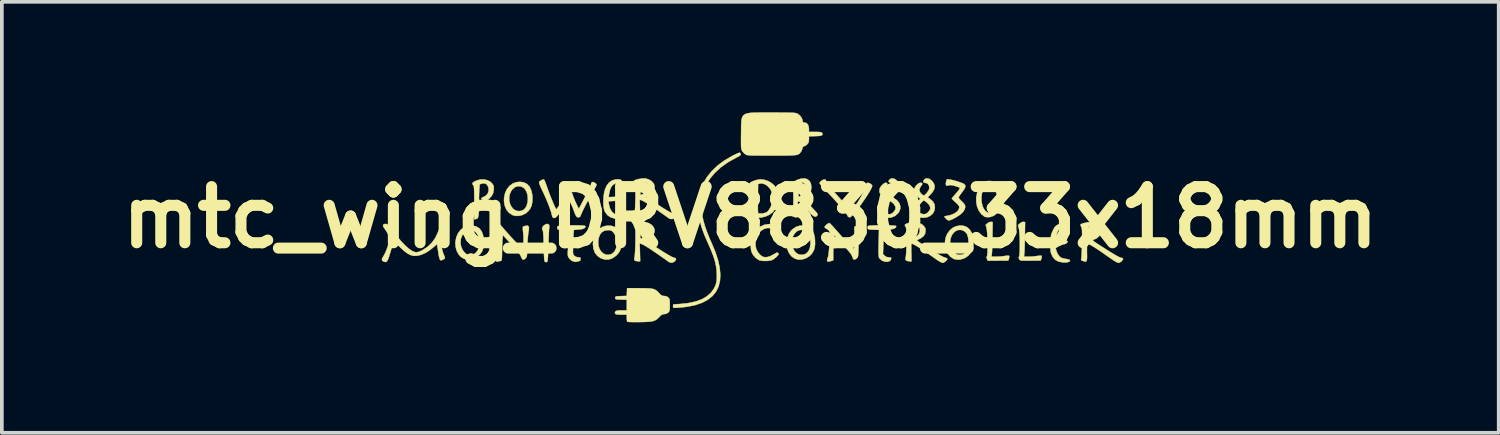
<source format=kicad_pcb>
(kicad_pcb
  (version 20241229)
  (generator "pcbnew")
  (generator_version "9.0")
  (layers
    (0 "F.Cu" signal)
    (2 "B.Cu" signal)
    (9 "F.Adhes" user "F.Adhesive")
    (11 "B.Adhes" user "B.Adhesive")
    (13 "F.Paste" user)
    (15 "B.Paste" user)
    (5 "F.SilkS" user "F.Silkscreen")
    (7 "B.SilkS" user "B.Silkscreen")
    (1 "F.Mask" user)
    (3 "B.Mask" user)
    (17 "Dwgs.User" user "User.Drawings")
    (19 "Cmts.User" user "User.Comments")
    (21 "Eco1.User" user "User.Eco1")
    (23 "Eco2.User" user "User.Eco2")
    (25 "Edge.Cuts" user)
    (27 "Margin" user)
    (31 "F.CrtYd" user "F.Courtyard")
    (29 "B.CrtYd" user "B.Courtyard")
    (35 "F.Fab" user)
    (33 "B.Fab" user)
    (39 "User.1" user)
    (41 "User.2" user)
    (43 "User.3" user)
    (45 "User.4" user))
  (footprint "mtc_wing_DRV8830_33x18mm"
    (layer "F.Cu")
    (at 17.316 2.85)
    (property "Reference" "mtc_wing_DRV8830_33x18mm" (at 0 0 0) (layer "F.SilkS") (effects (font (size 1.524 1.524) (thickness 0.3))))
    (attr through_hole)
    (fp_poly (pts (xy -5.485 0.187) (xy -5.463 0.203) (xy -5.455 0.228) (xy -5.457 0.273) (xy -5.458 0.285) (xy -5.462 0.325) (xy -5.466 0.392) (xy -5.47 0.481) (xy -5.474 0.587) (xy -5.478 0.702) (xy -5.48 0.77) (xy -5.483 0.886) (xy -5.488 0.99) (xy -5.493 1.078) (xy -5.499 1.146) (xy -5.504 1.187) (xy -5.508 1.198) (xy -5.54 1.218) (xy -5.572 1.207) (xy -5.585 1.19) (xy -5.59 1.165) (xy -5.595 1.111) (xy -5.6 1.034) (xy -5.604 0.939) (xy -5.607 0.83) (xy -5.608 0.768) (xy -5.611 0.63) (xy -5.615 0.523) (xy -5.62 0.444) (xy -5.625 0.39) (xy -5.632 0.359) (xy -5.637 0.349) (xy -5.652 0.307) (xy -5.639 0.261) (xy -5.6 0.217) (xy -5.58 0.204) (xy -5.537 0.181) (xy -5.507 0.178) (xy -5.485 0.187)) (stroke (width 0.01) (type solid)) (fill yes) (layer "F.SilkS"))
    (fp_poly (pts (xy 6.579 0.127) (xy 6.574 0.5) (xy 6.572 0.615) (xy 6.569 0.726) (xy 6.566 0.824) (xy 6.563 0.905) (xy 6.56 0.959) (xy 6.559 0.969) (xy 6.55 1.067) (xy 6.673 1.067) (xy 6.755 1.064) (xy 6.844 1.056) (xy 6.905 1.048) (xy 6.964 1.04) (xy 7.008 1.039) (xy 7.027 1.044) (xy 7.031 1.068) (xy 7.024 1.109) (xy 7.022 1.116) (xy 7.002 1.173) (xy 6.725 1.175) (xy 6.448 1.177) (xy 6.426 1.134) (xy 6.413 1.093) (xy 6.423 1.058) (xy 6.423 1.058) (xy 6.431 1.027) (xy 6.437 0.969) (xy 6.44 0.889) (xy 6.442 0.796) (xy 6.441 0.694) (xy 6.439 0.59) (xy 6.434 0.492) (xy 6.428 0.404) (xy 6.421 0.334) (xy 6.413 0.292) (xy 6.389 0.202) (xy 6.439 0.159) (xy 6.494 0.127) (xy 6.534 0.122) (xy 6.579 0.127)) (stroke (width 0.01) (type solid)) (fill yes) (layer "F.SilkS"))
    (fp_poly (pts (xy 7.459 0.127) (xy 7.454 0.491) (xy 7.452 0.606) (xy 7.45 0.717) (xy 7.447 0.817) (xy 7.444 0.898) (xy 7.44 0.953) (xy 7.44 0.961) (xy 7.43 1.067) (xy 7.553 1.067) (xy 7.636 1.064) (xy 7.724 1.056) (xy 7.785 1.048) (xy 7.844 1.04) (xy 7.889 1.039) (xy 7.908 1.044) (xy 7.912 1.068) (xy 7.904 1.109) (xy 7.902 1.116) (xy 7.882 1.173) (xy 7.605 1.175) (xy 7.502 1.175) (xy 7.428 1.175) (xy 7.377 1.173) (xy 7.344 1.169) (xy 7.324 1.161) (xy 7.311 1.151) (xy 7.301 1.137) (xy 7.285 1.101) (xy 7.293 1.07) (xy 7.295 1.065) (xy 7.304 1.035) (xy 7.31 0.976) (xy 7.314 0.897) (xy 7.316 0.804) (xy 7.316 0.702) (xy 7.314 0.599) (xy 7.311 0.501) (xy 7.305 0.413) (xy 7.298 0.344) (xy 7.29 0.304) (xy 7.266 0.212) (xy 7.317 0.164) (xy 7.371 0.128) (xy 7.414 0.122) (xy 7.459 0.127)) (stroke (width 0.01) (type solid)) (fill yes) (layer "F.SilkS"))
    (fp_poly (pts (xy -6.149 -0.951) (xy -6.063 -0.907) (xy -5.995 -0.837) (xy -5.947 -0.741) (xy -5.919 -0.62) (xy -5.913 -0.556) (xy -5.915 -0.429) (xy -5.934 -0.324) (xy -5.975 -0.235) (xy -6.013 -0.181) (xy -6.088 -0.113) (xy -6.18 -0.065) (xy -6.279 -0.04) (xy -6.378 -0.04) (xy -6.46 -0.064) (xy -6.551 -0.125) (xy -6.62 -0.209) (xy -6.665 -0.314) (xy -6.685 -0.435) (xy -6.684 -0.516) (xy -6.679 -0.545) (xy -6.545 -0.545) (xy -6.542 -0.452) (xy -6.518 -0.357) (xy -6.501 -0.32) (xy -6.446 -0.239) (xy -6.377 -0.189) (xy -6.297 -0.17) (xy -6.288 -0.169) (xy -6.228 -0.176) (xy -6.173 -0.193) (xy -6.162 -0.199) (xy -6.107 -0.25) (xy -6.068 -0.323) (xy -6.045 -0.411) (xy -6.038 -0.507) (xy -6.047 -0.602) (xy -6.072 -0.69) (xy -6.114 -0.763) (xy -6.167 -0.812) (xy -6.244 -0.843) (xy -6.318 -0.845) (xy -6.386 -0.82) (xy -6.445 -0.774) (xy -6.493 -0.71) (xy -6.527 -0.632) (xy -6.545 -0.545) (xy -6.679 -0.545) (xy -6.66 -0.646) (xy -6.612 -0.758) (xy -6.543 -0.848) (xy -6.454 -0.915) (xy -6.349 -0.955) (xy -6.252 -0.965) (xy -6.149 -0.951)) (stroke (width 0.01) (type solid)) (fill yes) (layer "F.SilkS"))
    (fp_poly (pts (xy 6.535 -0.986) (xy 6.56 -0.981) (xy 6.651 -0.941) (xy 6.726 -0.874) (xy 6.784 -0.781) (xy 6.822 -0.668) (xy 6.837 -0.557) (xy 6.833 -0.424) (xy 6.807 -0.303) (xy 6.76 -0.197) (xy 6.695 -0.111) (xy 6.615 -0.047) (xy 6.523 -0.011) (xy 6.477 -0.005) (xy 6.421 -0.005) (xy 6.373 -0.013) (xy 6.358 -0.019) (xy 6.27 -0.089) (xy 6.203 -0.181) (xy 6.157 -0.29) (xy 6.133 -0.412) (xy 6.133 -0.536) (xy 6.274 -0.536) (xy 6.278 -0.423) (xy 6.302 -0.316) (xy 6.321 -0.265) (xy 6.369 -0.187) (xy 6.424 -0.141) (xy 6.486 -0.128) (xy 6.556 -0.148) (xy 6.583 -0.163) (xy 6.63 -0.21) (xy 6.666 -0.283) (xy 6.691 -0.373) (xy 6.702 -0.472) (xy 6.697 -0.572) (xy 6.682 -0.65) (xy 6.645 -0.742) (xy 6.596 -0.811) (xy 6.541 -0.855) (xy 6.481 -0.872) (xy 6.421 -0.86) (xy 6.366 -0.817) (xy 6.318 -0.741) (xy 6.287 -0.645) (xy 6.274 -0.536) (xy 6.133 -0.536) (xy 6.133 -0.539) (xy 6.158 -0.669) (xy 6.208 -0.794) (xy 6.212 -0.802) (xy 6.276 -0.894) (xy 6.352 -0.956) (xy 6.439 -0.987) (xy 6.535 -0.986)) (stroke (width 0.01) (type solid)) (fill yes) (layer "F.SilkS"))
    (fp_poly (pts (xy -3.777 0.228) (xy -3.682 0.258) (xy -3.606 0.317) (xy -3.549 0.401) (xy -3.512 0.51) (xy -3.498 0.643) (xy -3.497 0.66) (xy -3.503 0.778) (xy -3.524 0.872) (xy -3.562 0.95) (xy -3.621 1.02) (xy -3.64 1.038) (xy -3.738 1.108) (xy -3.837 1.144) (xy -3.939 1.147) (xy -4.043 1.116) (xy -4.059 1.109) (xy -4.151 1.046) (xy -4.217 0.961) (xy -4.257 0.854) (xy -4.272 0.728) (xy -4.266 0.655) (xy -4.128 0.655) (xy -4.123 0.759) (xy -4.096 0.849) (xy -4.051 0.924) (xy -3.991 0.979) (xy -3.921 1.011) (xy -3.844 1.017) (xy -3.765 0.993) (xy -3.746 0.982) (xy -3.687 0.927) (xy -3.647 0.848) (xy -3.626 0.748) (xy -3.624 0.703) (xy -3.631 0.592) (xy -3.655 0.504) (xy -3.698 0.431) (xy -3.717 0.409) (xy -3.754 0.372) (xy -3.788 0.354) (xy -3.832 0.348) (xy -3.864 0.347) (xy -3.956 0.361) (xy -4.029 0.403) (xy -4.083 0.472) (xy -4.117 0.568) (xy -4.128 0.655) (xy -4.266 0.655) (xy -4.261 0.592) (xy -4.225 0.473) (xy -4.166 0.374) (xy -4.086 0.298) (xy -3.987 0.247) (xy -3.889 0.225) (xy -3.777 0.228)) (stroke (width 0.01) (type solid)) (fill yes) (layer "F.SilkS"))
    (fp_poly (pts (xy -3.535 -1.028) (xy -3.5 -1.01) (xy -3.488 -0.978) (xy -3.488 -0.974) (xy -3.491 -0.952) (xy -3.506 -0.94) (xy -3.541 -0.932) (xy -3.59 -0.928) (xy -3.668 -0.914) (xy -3.728 -0.882) (xy -3.773 -0.828) (xy -3.807 -0.749) (xy -3.831 -0.64) (xy -3.835 -0.618) (xy -3.845 -0.55) (xy -3.69 -0.556) (xy -3.601 -0.557) (xy -3.542 -0.551) (xy -3.513 -0.539) (xy -3.511 -0.518) (xy -3.533 -0.489) (xy -3.56 -0.47) (xy -3.598 -0.457) (xy -3.657 -0.449) (xy -3.708 -0.445) (xy -3.848 -0.435) (xy -3.836 -0.349) (xy -3.808 -0.242) (xy -3.757 -0.155) (xy -3.686 -0.093) (xy -3.597 -0.058) (xy -3.527 -0.051) (xy -3.481 -0.048) (xy -3.459 -0.038) (xy -3.454 -0.018) (xy -3.46 0.013) (xy -3.467 0.022) (xy -3.507 0.034) (xy -3.567 0.039) (xy -3.633 0.039) (xy -3.676 0.034) (xy -3.787 0.001) (xy -3.874 -0.057) (xy -3.938 -0.139) (xy -3.965 -0.199) (xy -3.98 -0.268) (xy -3.988 -0.36) (xy -3.988 -0.464) (xy -3.981 -0.571) (xy -3.967 -0.671) (xy -3.946 -0.752) (xy -3.896 -0.866) (xy -3.83 -0.949) (xy -3.748 -1.004) (xy -3.649 -1.03) (xy -3.598 -1.033) (xy -3.535 -1.028)) (stroke (width 0.01) (type solid)) (fill yes) (layer "F.SilkS"))
    (fp_poly (pts (xy 1.535 0.241) (xy 1.618 0.29) (xy 1.631 0.302) (xy 1.69 0.37) (xy 1.728 0.449) (xy 1.751 0.548) (xy 1.757 0.627) (xy 1.758 0.743) (xy 1.745 0.836) (xy 1.716 0.914) (xy 1.671 0.986) (xy 1.595 1.061) (xy 1.504 1.114) (xy 1.405 1.144) (xy 1.305 1.147) (xy 1.211 1.121) (xy 1.21 1.12) (xy 1.124 1.063) (xy 1.058 0.983) (xy 1.013 0.887) (xy 0.988 0.78) (xy 0.987 0.722) (xy 1.129 0.722) (xy 1.151 0.82) (xy 1.196 0.908) (xy 1.254 0.972) (xy 1.318 1.006) (xy 1.395 1.017) (xy 1.472 1.004) (xy 1.507 0.988) (xy 1.545 0.955) (xy 1.583 0.908) (xy 1.593 0.891) (xy 1.621 0.815) (xy 1.633 0.721) (xy 1.63 0.621) (xy 1.61 0.526) (xy 1.596 0.487) (xy 1.547 0.412) (xy 1.483 0.362) (xy 1.409 0.34) (xy 1.332 0.347) (xy 1.268 0.377) (xy 1.2 0.443) (xy 1.153 0.527) (xy 1.13 0.622) (xy 1.129 0.722) (xy 0.987 0.722) (xy 0.985 0.669) (xy 1.004 0.558) (xy 1.044 0.453) (xy 1.107 0.361) (xy 1.151 0.318) (xy 1.242 0.258) (xy 1.341 0.226) (xy 1.441 0.22) (xy 1.535 0.241)) (stroke (width 0.01) (type solid)) (fill yes) (layer "F.SilkS"))
    (fp_poly (pts (xy 3.716 0.216) (xy 3.803 0.219) (xy 3.877 0.222) (xy 3.93 0.227) (xy 3.957 0.233) (xy 3.959 0.235) (xy 3.955 0.271) (xy 3.92 0.299) (xy 3.854 0.319) (xy 3.777 0.33) (xy 3.71 0.337) (xy 3.67 0.343) (xy 3.649 0.354) (xy 3.639 0.372) (xy 3.634 0.394) (xy 3.63 0.429) (xy 3.625 0.49) (xy 3.62 0.571) (xy 3.615 0.665) (xy 3.612 0.721) (xy 3.602 0.995) (xy 3.646 1.04) (xy 3.692 1.073) (xy 3.75 1.084) (xy 3.758 1.084) (xy 3.804 1.087) (xy 3.824 1.099) (xy 3.827 1.113) (xy 3.811 1.16) (xy 3.771 1.193) (xy 3.712 1.207) (xy 3.649 1.202) (xy 3.567 1.17) (xy 3.509 1.115) (xy 3.5 1.102) (xy 3.492 1.082) (xy 3.486 1.054) (xy 3.482 1.013) (xy 3.48 0.955) (xy 3.48 0.874) (xy 3.482 0.766) (xy 3.484 0.699) (xy 3.493 0.34) (xy 3.343 0.335) (xy 3.271 0.332) (xy 3.226 0.328) (xy 3.201 0.321) (xy 3.19 0.308) (xy 3.186 0.29) (xy 3.188 0.252) (xy 3.197 0.234) (xy 3.219 0.228) (xy 3.269 0.223) (xy 3.339 0.219) (xy 3.425 0.216) (xy 3.521 0.215) (xy 3.619 0.215) (xy 3.716 0.216)) (stroke (width 0.01) (type solid)) (fill yes) (layer "F.SilkS"))
    (fp_poly (pts (xy -7.536 0.224) (xy -7.434 0.248) (xy -7.354 0.299) (xy -7.293 0.377) (xy -7.254 0.481) (xy -7.234 0.613) (xy -7.234 0.626) (xy -7.234 0.743) (xy -7.247 0.836) (xy -7.275 0.914) (xy -7.321 0.986) (xy -7.398 1.063) (xy -7.492 1.116) (xy -7.595 1.144) (xy -7.699 1.144) (xy -7.764 1.127) (xy -7.848 1.079) (xy -7.917 1.006) (xy -7.968 0.912) (xy -7.999 0.803) (xy -8.006 0.692) (xy -7.866 0.692) (xy -7.848 0.798) (xy -7.802 0.895) (xy -7.756 0.952) (xy -7.713 0.991) (xy -7.676 1.01) (xy -7.63 1.016) (xy -7.612 1.016) (xy -7.552 1.01) (xy -7.498 0.995) (xy -7.485 0.988) (xy -7.446 0.955) (xy -7.408 0.908) (xy -7.397 0.891) (xy -7.37 0.816) (xy -7.357 0.723) (xy -7.359 0.625) (xy -7.376 0.533) (xy -7.398 0.478) (xy -7.451 0.404) (xy -7.518 0.358) (xy -7.592 0.34) (xy -7.668 0.351) (xy -7.74 0.389) (xy -7.801 0.456) (xy -7.817 0.482) (xy -7.856 0.584) (xy -7.866 0.692) (xy -8.006 0.692) (xy -8.006 0.687) (xy -8.005 0.67) (xy -7.981 0.542) (xy -7.933 0.431) (xy -7.864 0.34) (xy -7.777 0.274) (xy -7.675 0.233) (xy -7.561 0.222) (xy -7.536 0.224)) (stroke (width 0.01) (type solid)) (fill yes) (layer "F.SilkS"))
    (fp_poly (pts (xy 5.791 0.229) (xy 5.881 0.265) (xy 5.955 0.329) (xy 6.011 0.418) (xy 6.047 0.531) (xy 6.058 0.625) (xy 6.059 0.738) (xy 6.043 0.831) (xy 6.009 0.917) (xy 5.979 0.968) (xy 5.914 1.044) (xy 5.83 1.101) (xy 5.735 1.137) (xy 5.638 1.15) (xy 5.546 1.135) (xy 5.52 1.126) (xy 5.429 1.067) (xy 5.358 0.984) (xy 5.309 0.883) (xy 5.285 0.768) (xy 5.286 0.66) (xy 5.424 0.66) (xy 5.432 0.762) (xy 5.435 0.775) (xy 5.457 0.846) (xy 5.491 0.902) (xy 5.529 0.944) (xy 5.572 0.985) (xy 5.607 1.007) (xy 5.646 1.015) (xy 5.687 1.016) (xy 5.746 1.012) (xy 5.79 0.996) (xy 5.832 0.964) (xy 5.879 0.913) (xy 5.909 0.852) (xy 5.923 0.775) (xy 5.924 0.675) (xy 5.923 0.654) (xy 5.912 0.548) (xy 5.889 0.469) (xy 5.852 0.411) (xy 5.803 0.372) (xy 5.726 0.341) (xy 5.651 0.341) (xy 5.582 0.367) (xy 5.521 0.416) (xy 5.472 0.483) (xy 5.439 0.566) (xy 5.424 0.66) (xy 5.286 0.66) (xy 5.286 0.643) (xy 5.309 0.53) (xy 5.35 0.438) (xy 5.414 0.354) (xy 5.492 0.286) (xy 5.573 0.245) (xy 5.688 0.221) (xy 5.791 0.229)) (stroke (width 0.01) (type solid)) (fill yes) (layer "F.SilkS"))
    (fp_poly (pts (xy -7.137 -1.009) (xy -7.055 -0.966) (xy -6.996 -0.906) (xy -6.972 -0.865) (xy -6.962 -0.824) (xy -6.961 -0.768) (xy -6.963 -0.747) (xy -6.98 -0.656) (xy -7.022 -0.577) (xy -7.092 -0.505) (xy -7.121 -0.481) (xy -7.16 -0.454) (xy -7.189 -0.445) (xy -7.224 -0.453) (xy -7.243 -0.46) (xy -7.29 -0.485) (xy -7.304 -0.51) (xy -7.286 -0.534) (xy -7.256 -0.547) (xy -7.18 -0.587) (xy -7.127 -0.646) (xy -7.102 -0.72) (xy -7.107 -0.803) (xy -7.112 -0.821) (xy -7.146 -0.885) (xy -7.194 -0.919) (xy -7.256 -0.922) (xy -7.28 -0.917) (xy -7.344 -0.898) (xy -7.355 -0.768) (xy -7.359 -0.706) (xy -7.362 -0.62) (xy -7.364 -0.518) (xy -7.366 -0.409) (xy -7.366 -0.34) (xy -7.367 -0.216) (xy -7.371 -0.121) (xy -7.377 -0.052) (xy -7.388 -0.005) (xy -7.403 0.025) (xy -7.425 0.041) (xy -7.451 0.047) (xy -7.493 0.052) (xy -7.493 -0.395) (xy -7.493 -0.531) (xy -7.494 -0.637) (xy -7.495 -0.717) (xy -7.498 -0.775) (xy -7.501 -0.816) (xy -7.507 -0.844) (xy -7.514 -0.863) (xy -7.523 -0.876) (xy -7.525 -0.878) (xy -7.544 -0.908) (xy -7.539 -0.934) (xy -7.508 -0.961) (xy -7.448 -0.991) (xy -7.43 -0.999) (xy -7.332 -1.027) (xy -7.232 -1.029) (xy -7.137 -1.009)) (stroke (width 0.01) (type solid)) (fill yes) (layer "F.SilkS"))
    (fp_poly (pts (xy -4.713 0.216) (xy -4.617 0.218) (xy -4.547 0.221) (xy -4.502 0.227) (xy -4.478 0.237) (xy -4.471 0.25) (xy -4.479 0.267) (xy -4.495 0.287) (xy -4.524 0.306) (xy -4.573 0.32) (xy -4.65 0.33) (xy -4.656 0.33) (xy -4.789 0.342) (xy -4.798 0.446) (xy -4.802 0.503) (xy -4.806 0.582) (xy -4.809 0.674) (xy -4.811 0.769) (xy -4.812 0.857) (xy -4.813 0.931) (xy -4.811 0.977) (xy -4.793 1.027) (xy -4.749 1.064) (xy -4.689 1.083) (xy -4.67 1.084) (xy -4.628 1.086) (xy -4.61 1.098) (xy -4.606 1.125) (xy -4.612 1.161) (xy -4.623 1.177) (xy -4.673 1.196) (xy -4.733 1.206) (xy -4.775 1.205) (xy -4.838 1.181) (xy -4.898 1.135) (xy -4.937 1.082) (xy -4.948 1.056) (xy -4.954 1.024) (xy -4.955 0.979) (xy -4.952 0.915) (xy -4.945 0.825) (xy -4.938 0.728) (xy -4.935 0.626) (xy -4.935 0.534) (xy -4.938 0.478) (xy -4.949 0.339) (xy -5.089 0.339) (xy -5.158 0.338) (xy -5.2 0.335) (xy -5.223 0.327) (xy -5.234 0.313) (xy -5.238 0.301) (xy -5.243 0.274) (xy -5.239 0.254) (xy -5.223 0.239) (xy -5.192 0.229) (xy -5.141 0.222) (xy -5.067 0.218) (xy -4.966 0.216) (xy -4.841 0.216) (xy -4.713 0.216)) (stroke (width 0.01) (type solid)) (fill yes) (layer "F.SilkS"))
    (fp_poly (pts (xy 0.615 0.182) (xy 0.658 0.189) (xy 0.688 0.206) (xy 0.693 0.21) (xy 0.722 0.246) (xy 0.722 0.278) (xy 0.692 0.316) (xy 0.689 0.319) (xy 0.65 0.349) (xy 0.62 0.351) (xy 0.588 0.326) (xy 0.584 0.322) (xy 0.538 0.294) (xy 0.476 0.288) (xy 0.406 0.302) (xy 0.336 0.334) (xy 0.274 0.381) (xy 0.248 0.41) (xy 0.186 0.516) (xy 0.149 0.629) (xy 0.14 0.743) (xy 0.159 0.849) (xy 0.169 0.877) (xy 0.213 0.954) (xy 0.27 1.019) (xy 0.331 1.064) (xy 0.365 1.077) (xy 0.448 1.08) (xy 0.543 1.053) (xy 0.631 1.006) (xy 0.685 0.974) (xy 0.718 0.959) (xy 0.739 0.958) (xy 0.756 0.969) (xy 0.758 0.971) (xy 0.771 0.988) (xy 0.768 1.006) (xy 0.748 1.033) (xy 0.71 1.073) (xy 0.647 1.126) (xy 0.584 1.161) (xy 0.567 1.166) (xy 0.495 1.18) (xy 0.411 1.184) (xy 0.329 1.181) (xy 0.261 1.169) (xy 0.229 1.157) (xy 0.143 1.097) (xy 0.074 1.017) (xy 0.038 0.949) (xy 0.02 0.876) (xy 0.011 0.783) (xy 0.012 0.684) (xy 0.022 0.594) (xy 0.033 0.55) (xy 0.084 0.439) (xy 0.161 0.34) (xy 0.258 0.26) (xy 0.366 0.207) (xy 0.376 0.204) (xy 0.428 0.193) (xy 0.496 0.184) (xy 0.548 0.181) (xy 0.615 0.182)) (stroke (width 0.01) (type solid)) (fill yes) (layer "F.SilkS"))
    (fp_poly (pts (xy 8.58 0.153) (xy 8.621 0.169) (xy 8.633 0.182) (xy 8.643 0.221) (xy 8.625 0.244) (xy 8.577 0.254) (xy 8.559 0.254) (xy 8.502 0.258) (xy 8.452 0.267) (xy 8.442 0.271) (xy 8.391 0.308) (xy 8.347 0.375) (xy 8.313 0.47) (xy 8.292 0.576) (xy 8.284 0.635) (xy 8.437 0.63) (xy 8.526 0.629) (xy 8.583 0.634) (xy 8.612 0.647) (xy 8.613 0.668) (xy 8.591 0.696) (xy 8.565 0.715) (xy 8.526 0.728) (xy 8.467 0.736) (xy 8.417 0.741) (xy 8.277 0.75) (xy 8.288 0.828) (xy 8.31 0.916) (xy 8.346 0.996) (xy 8.393 1.059) (xy 8.429 1.089) (xy 8.477 1.109) (xy 8.541 1.124) (xy 8.575 1.129) (xy 8.637 1.141) (xy 8.673 1.159) (xy 8.679 1.182) (xy 8.665 1.199) (xy 8.619 1.217) (xy 8.549 1.225) (xy 8.465 1.22) (xy 8.458 1.219) (xy 8.353 1.194) (xy 8.273 1.149) (xy 8.213 1.079) (xy 8.169 0.99) (xy 8.157 0.95) (xy 8.149 0.904) (xy 8.146 0.843) (xy 8.146 0.76) (xy 8.148 0.699) (xy 8.152 0.605) (xy 8.157 0.536) (xy 8.165 0.484) (xy 8.177 0.44) (xy 8.196 0.394) (xy 8.202 0.381) (xy 8.23 0.323) (xy 8.259 0.274) (xy 8.277 0.248) (xy 8.323 0.211) (xy 8.384 0.182) (xy 8.453 0.162) (xy 8.521 0.152) (xy 8.58 0.153)) (stroke (width 0.01) (type solid)) (fill yes) (layer "F.SilkS"))
    (fp_poly (pts (xy 2.045 -1.018) (xy 2.059 -0.989) (xy 2.078 -0.949) (xy 2.12 -0.887) (xy 2.181 -0.806) (xy 2.262 -0.708) (xy 2.36 -0.595) (xy 2.445 -0.501) (xy 2.51 -0.428) (xy 2.573 -0.359) (xy 2.626 -0.3) (xy 2.664 -0.257) (xy 2.672 -0.248) (xy 2.7 -0.217) (xy 2.722 -0.201) (xy 2.744 -0.202) (xy 2.771 -0.221) (xy 2.807 -0.263) (xy 2.857 -0.328) (xy 2.875 -0.353) (xy 2.947 -0.459) (xy 3.013 -0.573) (xy 3.069 -0.687) (xy 3.109 -0.789) (xy 3.12 -0.827) (xy 3.14 -0.893) (xy 3.16 -0.929) (xy 3.186 -0.94) (xy 3.224 -0.931) (xy 3.246 -0.921) (xy 3.291 -0.892) (xy 3.309 -0.861) (xy 3.309 -0.852) (xy 3.299 -0.815) (xy 3.271 -0.758) (xy 3.229 -0.685) (xy 3.176 -0.6) (xy 3.115 -0.507) (xy 3.049 -0.411) (xy 2.981 -0.316) (xy 2.914 -0.226) (xy 2.851 -0.146) (xy 2.794 -0.079) (xy 2.748 -0.031) (xy 2.715 -0.005) (xy 2.704 -0.001) (xy 2.67 -0.009) (xy 2.663 -0.011) (xy 2.643 -0.033) (xy 2.642 -0.041) (xy 2.631 -0.064) (xy 2.6 -0.108) (xy 2.553 -0.169) (xy 2.492 -0.242) (xy 2.423 -0.324) (xy 2.347 -0.411) (xy 2.268 -0.499) (xy 2.19 -0.584) (xy 2.115 -0.662) (xy 2.079 -0.699) (xy 2.009 -0.771) (xy 1.95 -0.835) (xy 1.907 -0.886) (xy 1.883 -0.92) (xy 1.88 -0.93) (xy 1.894 -0.959) (xy 1.928 -0.991) (xy 1.972 -1.018) (xy 2.013 -1.032) (xy 2.021 -1.033) (xy 2.045 -1.018)) (stroke (width 0.01) (type solid)) (fill yes) (layer "F.SilkS"))
    (fp_poly (pts (xy 5.419 -1.026) (xy 5.482 -1.014) (xy 5.559 -0.994) (xy 5.641 -0.969) (xy 5.717 -0.943) (xy 5.777 -0.919) (xy 5.804 -0.904) (xy 5.833 -0.875) (xy 5.839 -0.837) (xy 5.821 -0.787) (xy 5.778 -0.72) (xy 5.749 -0.683) (xy 5.707 -0.627) (xy 5.675 -0.579) (xy 5.658 -0.546) (xy 5.656 -0.539) (xy 5.668 -0.513) (xy 5.699 -0.476) (xy 5.729 -0.446) (xy 5.774 -0.403) (xy 5.81 -0.361) (xy 5.824 -0.34) (xy 5.836 -0.283) (xy 5.819 -0.217) (xy 5.775 -0.148) (xy 5.733 -0.105) (xy 5.683 -0.065) (xy 5.619 -0.022) (xy 5.549 0.019) (xy 5.481 0.053) (xy 5.424 0.077) (xy 5.388 0.085) (xy 5.357 0.073) (xy 5.319 0.044) (xy 5.312 0.037) (xy 5.283 0.004) (xy 5.267 -0.018) (xy 5.266 -0.021) (xy 5.281 -0.029) (xy 5.32 -0.039) (xy 5.347 -0.043) (xy 5.45 -0.067) (xy 5.539 -0.105) (xy 5.609 -0.153) (xy 5.655 -0.209) (xy 5.673 -0.268) (xy 5.673 -0.271) (xy 5.667 -0.303) (xy 5.645 -0.337) (xy 5.603 -0.38) (xy 5.571 -0.409) (xy 5.524 -0.452) (xy 5.488 -0.487) (xy 5.47 -0.508) (xy 5.469 -0.51) (xy 5.48 -0.528) (xy 5.508 -0.563) (xy 5.547 -0.608) (xy 5.551 -0.612) (xy 5.614 -0.685) (xy 5.66 -0.743) (xy 5.685 -0.784) (xy 5.69 -0.798) (xy 5.675 -0.81) (xy 5.636 -0.826) (xy 5.582 -0.844) (xy 5.522 -0.861) (xy 5.467 -0.873) (xy 5.416 -0.875) (xy 5.374 -0.867) (xy 5.371 -0.866) (xy 5.334 -0.857) (xy 5.312 -0.876) (xy 5.306 -0.918) (xy 5.316 -0.968) (xy 5.337 -1.037) (xy 5.419 -1.026)) (stroke (width 0.01) (type solid)) (fill yes) (layer "F.SilkS"))
    (fp_poly (pts (xy -2.875 1.923) (xy -2.774 1.926) (xy -2.695 1.932) (xy -2.634 1.944) (xy -2.586 1.962) (xy -2.545 1.988) (xy -2.505 2.024) (xy -2.467 2.065) (xy -2.425 2.106) (xy -2.391 2.127) (xy -2.349 2.133) (xy -2.336 2.134) (xy -2.275 2.143) (xy -2.228 2.173) (xy -2.226 2.175) (xy -2.207 2.197) (xy -2.194 2.222) (xy -2.188 2.257) (xy -2.185 2.311) (xy -2.184 2.379) (xy -2.185 2.456) (xy -2.188 2.507) (xy -2.195 2.54) (xy -2.209 2.564) (xy -2.226 2.583) (xy -2.279 2.617) (xy -2.33 2.625) (xy -2.372 2.629) (xy -2.409 2.648) (xy -2.452 2.686) (xy -2.463 2.697) (xy -2.507 2.741) (xy -2.548 2.775) (xy -2.591 2.8) (xy -2.642 2.817) (xy -2.706 2.829) (xy -2.788 2.836) (xy -2.895 2.84) (xy -2.998 2.842) (xy -3.1 2.843) (xy -3.191 2.842) (xy -3.265 2.841) (xy -3.316 2.838) (xy -3.34 2.835) (xy -3.341 2.834) (xy -3.347 2.812) (xy -3.352 2.767) (xy -3.353 2.732) (xy -3.353 2.642) (xy -3.487 2.642) (xy -3.571 2.64) (xy -3.626 2.635) (xy -3.658 2.624) (xy -3.673 2.607) (xy -3.675 2.592) (xy -3.668 2.561) (xy -3.644 2.54) (xy -3.599 2.528) (xy -3.527 2.523) (xy -3.493 2.523) (xy -3.353 2.523) (xy -3.353 2.236) (xy -3.509 2.232) (xy -3.583 2.229) (xy -3.629 2.225) (xy -3.654 2.219) (xy -3.664 2.207) (xy -3.666 2.189) (xy -3.666 2.184) (xy -3.665 2.164) (xy -3.656 2.152) (xy -3.635 2.144) (xy -3.593 2.14) (xy -3.526 2.138) (xy -3.51 2.137) (xy -3.354 2.132) (xy -3.349 2.027) (xy -3.344 1.922) (xy -3.006 1.922) (xy -2.875 1.923)) (stroke (width 0.01) (type solid)) (fill yes) (layer "F.SilkS"))
    (fp_poly (pts (xy 0.381 -1.02) (xy 0.482 -0.986) (xy 0.574 -0.934) (xy 0.65 -0.868) (xy 0.701 -0.794) (xy 0.704 -0.786) (xy 0.73 -0.694) (xy 0.739 -0.583) (xy 0.734 -0.464) (xy 0.715 -0.348) (xy 0.683 -0.246) (xy 0.671 -0.22) (xy 0.611 -0.14) (xy 0.525 -0.074) (xy 0.42 -0.025) (xy 0.3 0.004) (xy 0.171 0.013) (xy 0.079 0.005) (xy 0.036 -0.012) (xy 0.021 -0.042) (xy 0.039 -0.081) (xy 0.043 -0.085) (xy 0.053 -0.1) (xy 0.061 -0.123) (xy 0.067 -0.158) (xy 0.07 -0.209) (xy 0.072 -0.283) (xy 0.073 -0.313) (xy 0.206 -0.313) (xy 0.207 -0.228) (xy 0.208 -0.165) (xy 0.21 -0.128) (xy 0.212 -0.121) (xy 0.233 -0.107) (xy 0.277 -0.103) (xy 0.333 -0.107) (xy 0.39 -0.119) (xy 0.438 -0.137) (xy 0.454 -0.146) (xy 0.488 -0.181) (xy 0.524 -0.232) (xy 0.542 -0.263) (xy 0.561 -0.306) (xy 0.574 -0.347) (xy 0.581 -0.395) (xy 0.584 -0.461) (xy 0.584 -0.528) (xy 0.584 -0.609) (xy 0.581 -0.665) (xy 0.575 -0.704) (xy 0.562 -0.735) (xy 0.543 -0.767) (xy 0.533 -0.781) (xy 0.474 -0.846) (xy 0.405 -0.894) (xy 0.334 -0.919) (xy 0.269 -0.919) (xy 0.212 -0.904) (xy 0.207 -0.524) (xy 0.206 -0.413) (xy 0.206 -0.313) (xy 0.073 -0.313) (xy 0.074 -0.384) (xy 0.074 -0.436) (xy 0.074 -0.572) (xy 0.073 -0.678) (xy 0.068 -0.757) (xy 0.061 -0.814) (xy 0.051 -0.852) (xy 0.036 -0.874) (xy 0.017 -0.885) (xy 0.015 -0.886) (xy -0.012 -0.905) (xy -0.014 -0.926) (xy 0.005 -0.948) (xy 0.049 -0.972) (xy 0.108 -0.996) (xy 0.176 -1.016) (xy 0.242 -1.029) (xy 0.28 -1.032) (xy 0.381 -1.02)) (stroke (width 0.01) (type solid)) (fill yes) (layer "F.SilkS"))
    (fp_poly (pts (xy -0.276 -1.75) (xy -0.271 -1.744) (xy -0.258 -1.719) (xy -0.261 -1.697) (xy -0.283 -1.675) (xy -0.329 -1.648) (xy -0.385 -1.619) (xy -0.604 -1.497) (xy -0.796 -1.36) (xy -0.961 -1.21) (xy -1.096 -1.048) (xy -1.2 -0.875) (xy -1.266 -0.716) (xy -1.293 -0.605) (xy -1.311 -0.473) (xy -1.32 -0.33) (xy -1.318 -0.189) (xy -1.305 -0.059) (xy -1.304 -0.054) (xy -1.275 0.085) (xy -1.229 0.244) (xy -1.168 0.416) (xy -1.096 0.593) (xy -1.058 0.677) (xy -0.954 0.923) (xy -0.879 1.15) (xy -0.832 1.36) (xy -0.813 1.551) (xy -0.823 1.724) (xy -0.862 1.879) (xy -0.929 2.015) (xy -1.024 2.133) (xy -1.148 2.233) (xy -1.301 2.315) (xy -1.481 2.378) (xy -1.69 2.422) (xy -1.801 2.437) (xy -1.881 2.445) (xy -1.956 2.452) (xy -2.015 2.455) (xy -2.032 2.455) (xy -2.076 2.454) (xy -2.095 2.444) (xy -2.098 2.421) (xy -2.097 2.409) (xy -2.091 2.362) (xy -1.905 2.351) (xy -1.681 2.327) (xy -1.486 2.285) (xy -1.319 2.224) (xy -1.179 2.144) (xy -1.068 2.046) (xy -0.984 1.929) (xy -0.946 1.848) (xy -0.927 1.788) (xy -0.915 1.723) (xy -0.91 1.643) (xy -0.908 1.583) (xy -0.913 1.454) (xy -0.929 1.326) (xy -0.958 1.195) (xy -1.002 1.053) (xy -1.063 0.896) (xy -1.141 0.718) (xy -1.153 0.691) (xy -1.245 0.481) (xy -1.315 0.29) (xy -1.365 0.111) (xy -1.396 -0.062) (xy -1.411 -0.234) (xy -1.412 -0.322) (xy -1.407 -0.474) (xy -1.391 -0.603) (xy -1.362 -0.721) (xy -1.318 -0.838) (xy -1.287 -0.906) (xy -1.181 -1.088) (xy -1.049 -1.254) (xy -0.89 -1.406) (xy -0.702 -1.545) (xy -0.483 -1.671) (xy -0.435 -1.696) (xy -0.365 -1.729) (xy -0.319 -1.748) (xy -0.291 -1.755) (xy -0.276 -1.75)) (stroke (width 0.01) (type solid)) (fill yes) (layer "F.SilkS"))
    (fp_poly (pts (xy 4.855 -1.046) (xy 4.916 -1.005) (xy 4.924 -0.997) (xy 4.981 -0.926) (xy 5.005 -0.853) (xy 4.997 -0.777) (xy 4.956 -0.697) (xy 4.896 -0.626) (xy 4.816 -0.542) (xy 4.881 -0.499) (xy 4.955 -0.433) (xy 5 -0.354) (xy 5.012 -0.274) (xy 4.997 -0.181) (xy 4.955 -0.104) (xy 4.889 -0.044) (xy 4.805 -0.004) (xy 4.705 0.013) (xy 4.595 0.004) (xy 4.574 -0.00005) (xy 4.524 -0.021) (xy 4.474 -0.057) (xy 4.467 -0.063) (xy 4.422 -0.13) (xy 4.407 -0.205) (xy 4.407 -0.206) (xy 4.557 -0.206) (xy 4.576 -0.151) (xy 4.619 -0.11) (xy 4.686 -0.088) (xy 4.719 -0.085) (xy 4.775 -0.098) (xy 4.823 -0.135) (xy 4.858 -0.178) (xy 4.881 -0.221) (xy 4.884 -0.229) (xy 4.881 -0.282) (xy 4.853 -0.34) (xy 4.804 -0.395) (xy 4.765 -0.425) (xy 4.705 -0.461) (xy 4.654 -0.413) (xy 4.595 -0.342) (xy 4.563 -0.272) (xy 4.557 -0.206) (xy 4.407 -0.206) (xy 4.42 -0.284) (xy 4.462 -0.362) (xy 4.531 -0.434) (xy 4.544 -0.444) (xy 4.617 -0.5) (xy 4.538 -0.571) (xy 4.477 -0.636) (xy 4.448 -0.698) (xy 4.448 -0.761) (xy 4.464 -0.807) (xy 4.499 -0.861) (xy 4.545 -0.906) (xy 4.593 -0.934) (xy 4.634 -0.941) (xy 4.639 -0.94) (xy 4.667 -0.925) (xy 4.669 -0.9) (xy 4.646 -0.862) (xy 4.631 -0.844) (xy 4.595 -0.781) (xy 4.592 -0.719) (xy 4.623 -0.661) (xy 4.642 -0.642) (xy 4.677 -0.61) (xy 4.704 -0.596) (xy 4.729 -0.603) (xy 4.76 -0.631) (xy 4.805 -0.682) (xy 4.847 -0.746) (xy 4.86 -0.801) (xy 4.849 -0.861) (xy 4.821 -0.907) (xy 4.782 -0.93) (xy 4.77 -0.932) (xy 4.728 -0.939) (xy 4.708 -0.947) (xy 4.693 -0.964) (xy 4.698 -0.989) (xy 4.706 -1.005) (xy 4.744 -1.046) (xy 4.796 -1.06) (xy 4.855 -1.046)) (stroke (width 0.01) (type solid)) (fill yes) (layer "F.SilkS"))
    (fp_poly (pts (xy -2.849 0.128) (xy -2.847 0.129) (xy -2.757 0.155) (xy -2.682 0.2) (xy -2.628 0.26) (xy -2.598 0.328) (xy -2.597 0.394) (xy -2.628 0.472) (xy -2.687 0.54) (xy -2.761 0.587) (xy -2.802 0.607) (xy -2.825 0.623) (xy -2.828 0.627) (xy -2.815 0.641) (xy -2.779 0.668) (xy -2.726 0.704) (xy -2.688 0.729) (xy -2.537 0.825) (xy -2.412 0.905) (xy -2.311 0.968) (xy -2.23 1.016) (xy -2.167 1.051) (xy -2.121 1.075) (xy -2.088 1.088) (xy -2.075 1.091) (xy -2.03 1.109) (xy -2.015 1.138) (xy -2.032 1.175) (xy -2.06 1.201) (xy -2.118 1.231) (xy -2.175 1.228) (xy -2.218 1.205) (xy -2.395 1.079) (xy -2.546 0.974) (xy -2.674 0.887) (xy -2.778 0.819) (xy -2.86 0.769) (xy -2.922 0.736) (xy -2.961 0.72) (xy -3.002 0.707) (xy -2.995 0.951) (xy -2.989 1.194) (xy -3.052 1.192) (xy -3.115 1.183) (xy -3.148 1.16) (xy -3.152 1.122) (xy -3.146 1.104) (xy -3.139 1.071) (xy -3.133 1.01) (xy -3.127 0.923) (xy -3.123 0.817) (xy -3.119 0.695) (xy -3.117 0.572) (xy -3.117 0.538) (xy -2.985 0.538) (xy -2.981 0.565) (xy -2.972 0.575) (xy -2.967 0.576) (xy -2.949 0.568) (xy -2.911 0.549) (xy -2.879 0.532) (xy -2.813 0.487) (xy -2.776 0.434) (xy -2.761 0.364) (xy -2.76 0.338) (xy -2.77 0.282) (xy -2.801 0.25) (xy -2.857 0.238) (xy -2.873 0.237) (xy -2.915 0.241) (xy -2.942 0.255) (xy -2.96 0.285) (xy -2.971 0.338) (xy -2.978 0.414) (xy -2.984 0.49) (xy -2.985 0.538) (xy -3.117 0.538) (xy -3.116 0.478) (xy -3.117 0.409) (xy -3.12 0.359) (xy -3.125 0.323) (xy -3.132 0.297) (xy -3.142 0.276) (xy -3.159 0.234) (xy -3.162 0.201) (xy -3.161 0.197) (xy -3.14 0.18) (xy -3.093 0.162) (xy -3.032 0.146) (xy -2.964 0.133) (xy -2.9 0.127) (xy -2.849 0.128)) (stroke (width 0.01) (type solid)) (fill yes) (layer "F.SilkS"))
    (fp_poly (pts (xy 2.162 0.165) (xy 2.196 0.198) (xy 2.243 0.247) (xy 2.298 0.309) (xy 2.313 0.326) (xy 2.385 0.408) (xy 2.47 0.504) (xy 2.557 0.6) (xy 2.632 0.682) (xy 2.699 0.754) (xy 2.747 0.803) (xy 2.78 0.832) (xy 2.801 0.844) (xy 2.813 0.842) (xy 2.816 0.838) (xy 2.821 0.812) (xy 2.825 0.758) (xy 2.827 0.685) (xy 2.829 0.597) (xy 2.829 0.503) (xy 2.827 0.408) (xy 2.823 0.32) (xy 2.823 0.314) (xy 2.823 0.27) (xy 2.835 0.248) (xy 2.868 0.236) (xy 2.884 0.232) (xy 2.928 0.224) (xy 2.957 0.227) (xy 2.973 0.247) (xy 2.978 0.288) (xy 2.973 0.354) (xy 2.965 0.428) (xy 2.955 0.514) (xy 2.947 0.621) (xy 2.94 0.734) (xy 2.936 0.838) (xy 2.934 0.932) (xy 2.931 0.999) (xy 2.926 1.043) (xy 2.919 1.073) (xy 2.908 1.092) (xy 2.892 1.109) (xy 2.887 1.113) (xy 2.842 1.144) (xy 2.81 1.146) (xy 2.787 1.116) (xy 2.776 1.088) (xy 2.764 1.055) (xy 2.748 1.021) (xy 2.724 0.985) (xy 2.69 0.94) (xy 2.642 0.884) (xy 2.578 0.812) (xy 2.494 0.72) (xy 2.477 0.702) (xy 2.278 0.486) (xy 2.266 0.56) (xy 2.262 0.604) (xy 2.258 0.673) (xy 2.256 0.759) (xy 2.254 0.856) (xy 2.253 0.9) (xy 2.252 1.165) (xy 2.199 1.184) (xy 2.136 1.201) (xy 2.098 1.198) (xy 2.083 1.174) (xy 2.083 1.168) (xy 2.091 1.127) (xy 2.107 1.085) (xy 2.116 1.053) (xy 2.125 0.993) (xy 2.134 0.914) (xy 2.142 0.821) (xy 2.149 0.723) (xy 2.154 0.625) (xy 2.157 0.536) (xy 2.157 0.461) (xy 2.155 0.408) (xy 2.152 0.392) (xy 2.124 0.348) (xy 2.078 0.316) (xy 2.039 0.292) (xy 2.017 0.268) (xy 2.015 0.262) (xy 2.028 0.239) (xy 2.059 0.207) (xy 2.097 0.177) (xy 2.131 0.156) (xy 2.145 0.152) (xy 2.162 0.165)) (stroke (width 0.01) (type solid)) (fill yes) (layer "F.SilkS"))
    (fp_poly (pts (xy 1.549 -1.036) (xy 1.608 -0.987) (xy 1.646 -0.914) (xy 1.659 -0.819) (xy 1.659 -0.816) (xy 1.646 -0.716) (xy 1.606 -0.635) (xy 1.536 -0.569) (xy 1.484 -0.538) (xy 1.435 -0.513) (xy 1.64 -0.302) (xy 1.714 -0.225) (xy 1.766 -0.169) (xy 1.801 -0.129) (xy 1.821 -0.101) (xy 1.829 -0.082) (xy 1.827 -0.067) (xy 1.819 -0.054) (xy 1.795 -0.027) (xy 1.77 -0.017) (xy 1.739 -0.023) (xy 1.699 -0.05) (xy 1.646 -0.098) (xy 1.578 -0.169) (xy 1.533 -0.219) (xy 1.457 -0.303) (xy 1.399 -0.363) (xy 1.356 -0.404) (xy 1.325 -0.429) (xy 1.303 -0.439) (xy 1.294 -0.44) (xy 1.291 -0.424) (xy 1.289 -0.381) (xy 1.288 -0.316) (xy 1.287 -0.236) (xy 1.287 -0.22) (xy 1.287 -0.13) (xy 1.286 -0.069) (xy 1.282 -0.031) (xy 1.276 -0.011) (xy 1.266 -0.002) (xy 1.252 -0.001) (xy 1.249 -0.001) (xy 1.201 -0.009) (xy 1.174 -0.017) (xy 1.14 -0.036) (xy 1.128 -0.062) (xy 1.135 -0.104) (xy 1.143 -0.128) (xy 1.153 -0.172) (xy 1.16 -0.24) (xy 1.166 -0.324) (xy 1.169 -0.418) (xy 1.17 -0.517) (xy 1.169 -0.613) (xy 1.165 -0.694) (xy 1.305 -0.694) (xy 1.306 -0.634) (xy 1.31 -0.587) (xy 1.316 -0.561) (xy 1.318 -0.559) (xy 1.339 -0.568) (xy 1.377 -0.592) (xy 1.402 -0.609) (xy 1.469 -0.671) (xy 1.51 -0.739) (xy 1.524 -0.806) (xy 1.51 -0.869) (xy 1.482 -0.907) (xy 1.449 -0.935) (xy 1.424 -0.948) (xy 1.422 -0.948) (xy 1.387 -0.939) (xy 1.346 -0.916) (xy 1.317 -0.891) (xy 1.317 -0.891) (xy 1.311 -0.866) (xy 1.307 -0.819) (xy 1.305 -0.759) (xy 1.305 -0.694) (xy 1.165 -0.694) (xy 1.165 -0.701) (xy 1.159 -0.773) (xy 1.152 -0.824) (xy 1.142 -0.847) (xy 1.122 -0.88) (xy 1.132 -0.918) (xy 1.167 -0.957) (xy 1.225 -0.995) (xy 1.3 -1.028) (xy 1.38 -1.051) (xy 1.472 -1.058) (xy 1.549 -1.036)) (stroke (width 0.01) (type solid)) (fill yes) (layer "F.SilkS"))
    (fp_poly (pts (xy -2.849 -1.057) (xy -2.847 -1.057) (xy -2.76 -1.031) (xy -2.684 -0.986) (xy -2.628 -0.929) (xy -2.618 -0.913) (xy -2.596 -0.84) (xy -2.604 -0.765) (xy -2.64 -0.694) (xy -2.7 -0.634) (xy -2.761 -0.599) (xy -2.802 -0.578) (xy -2.825 -0.562) (xy -2.828 -0.558) (xy -2.815 -0.544) (xy -2.779 -0.518) (xy -2.726 -0.482) (xy -2.688 -0.456) (xy -2.537 -0.36) (xy -2.412 -0.281) (xy -2.311 -0.218) (xy -2.23 -0.169) (xy -2.167 -0.134) (xy -2.121 -0.111) (xy -2.088 -0.098) (xy -2.075 -0.094) (xy -2.03 -0.076) (xy -2.015 -0.047) (xy -2.032 -0.01) (xy -2.06 0.016) (xy -2.118 0.046) (xy -2.175 0.043) (xy -2.218 0.019) (xy -2.394 -0.106) (xy -2.544 -0.211) (xy -2.671 -0.296) (xy -2.774 -0.364) (xy -2.856 -0.414) (xy -2.917 -0.448) (xy -2.96 -0.466) (xy -2.961 -0.466) (xy -3.002 -0.478) (xy -2.995 -0.235) (xy -2.989 0.008) (xy -3.052 0.007) (xy -3.115 -0.003) (xy -3.148 -0.026) (xy -3.152 -0.063) (xy -3.146 -0.082) (xy -3.139 -0.114) (xy -3.133 -0.176) (xy -3.127 -0.262) (xy -3.123 -0.369) (xy -3.119 -0.491) (xy -3.117 -0.613) (xy -3.117 -0.647) (xy -2.985 -0.647) (xy -2.981 -0.621) (xy -2.972 -0.61) (xy -2.967 -0.61) (xy -2.949 -0.617) (xy -2.911 -0.636) (xy -2.879 -0.654) (xy -2.813 -0.699) (xy -2.776 -0.752) (xy -2.761 -0.821) (xy -2.76 -0.847) (xy -2.77 -0.903) (xy -2.801 -0.935) (xy -2.857 -0.948) (xy -2.873 -0.948) (xy -2.915 -0.945) (xy -2.942 -0.931) (xy -2.96 -0.9) (xy -2.971 -0.848) (xy -2.978 -0.772) (xy -2.984 -0.695) (xy -2.985 -0.647) (xy -3.117 -0.647) (xy -3.116 -0.707) (xy -3.117 -0.776) (xy -3.12 -0.826) (xy -3.125 -0.862) (xy -3.132 -0.888) (xy -3.142 -0.909) (xy -3.159 -0.952) (xy -3.162 -0.985) (xy -3.161 -0.988) (xy -3.14 -1.006) (xy -3.093 -1.024) (xy -3.032 -1.04) (xy -2.964 -1.052) (xy -2.9 -1.058) (xy -2.849 -1.057)) (stroke (width 0.01) (type solid)) (fill yes) (layer "F.SilkS"))
    (fp_poly (pts (xy 3.925 -1.039) (xy 3.979 -0.999) (xy 4.024 -0.946) (xy 4.055 -0.884) (xy 4.064 -0.83) (xy 4.059 -0.783) (xy 4.04 -0.738) (xy 4.005 -0.687) (xy 3.948 -0.622) (xy 3.939 -0.613) (xy 3.901 -0.572) (xy 3.885 -0.547) (xy 3.886 -0.532) (xy 3.9 -0.523) (xy 3.986 -0.46) (xy 4.044 -0.386) (xy 4.072 -0.307) (xy 4.07 -0.225) (xy 4.037 -0.145) (xy 4.008 -0.107) (xy 3.925 -0.036) (xy 3.83 0.004) (xy 3.723 0.012) (xy 3.645 0.000492) (xy 3.56 -0.034) (xy 3.499 -0.091) (xy 3.477 -0.131) (xy 3.459 -0.198) (xy 3.462 -0.227) (xy 3.607 -0.227) (xy 3.622 -0.171) (xy 3.663 -0.124) (xy 3.721 -0.093) (xy 3.771 -0.085) (xy 3.818 -0.092) (xy 3.859 -0.117) (xy 3.888 -0.145) (xy 3.932 -0.205) (xy 3.945 -0.254) (xy 3.932 -0.305) (xy 3.896 -0.361) (xy 3.845 -0.409) (xy 3.812 -0.431) (xy 3.775 -0.445) (xy 3.747 -0.438) (xy 3.729 -0.426) (xy 3.676 -0.374) (xy 3.633 -0.312) (xy 3.61 -0.251) (xy 3.607 -0.227) (xy 3.462 -0.227) (xy 3.465 -0.261) (xy 3.498 -0.325) (xy 3.559 -0.396) (xy 3.571 -0.408) (xy 3.667 -0.502) (xy 3.586 -0.578) (xy 3.541 -0.622) (xy 3.517 -0.656) (xy 3.507 -0.691) (xy 3.505 -0.724) (xy 3.512 -0.781) (xy 3.537 -0.829) (xy 3.558 -0.855) (xy 3.614 -0.911) (xy 3.658 -0.938) (xy 3.696 -0.939) (xy 3.699 -0.938) (xy 3.722 -0.915) (xy 3.719 -0.879) (xy 3.69 -0.837) (xy 3.683 -0.83) (xy 3.648 -0.781) (xy 3.646 -0.73) (xy 3.676 -0.674) (xy 3.698 -0.65) (xy 3.735 -0.616) (xy 3.763 -0.596) (xy 3.771 -0.593) (xy 3.797 -0.606) (xy 3.831 -0.64) (xy 3.866 -0.685) (xy 3.894 -0.732) (xy 3.9 -0.745) (xy 3.915 -0.811) (xy 3.907 -0.869) (xy 3.879 -0.91) (xy 3.848 -0.925) (xy 3.788 -0.943) (xy 3.758 -0.962) (xy 3.754 -0.986) (xy 3.76 -1.001) (xy 3.79 -1.035) (xy 3.817 -1.052) (xy 3.869 -1.059) (xy 3.925 -1.039)) (stroke (width 0.01) (type solid)) (fill yes) (layer "F.SilkS"))
    (fp_poly (pts (xy -6.827 0.165) (xy -6.793 0.197) (xy -6.749 0.244) (xy -6.722 0.275) (xy -6.645 0.364) (xy -6.564 0.455) (xy -6.484 0.544) (xy -6.407 0.628) (xy -6.336 0.704) (xy -6.275 0.768) (xy -6.226 0.817) (xy -6.194 0.847) (xy -6.181 0.856) (xy -6.172 0.834) (xy -6.165 0.785) (xy -6.16 0.718) (xy -6.157 0.64) (xy -6.157 0.557) (xy -6.159 0.479) (xy -6.165 0.411) (xy -6.166 0.406) (xy -6.173 0.339) (xy -6.175 0.287) (xy -6.172 0.257) (xy -6.17 0.254) (xy -6.145 0.242) (xy -6.101 0.23) (xy -6.093 0.228) (xy -6.049 0.225) (xy -6.021 0.238) (xy -6.009 0.272) (xy -6.01 0.33) (xy -6.022 0.406) (xy -6.031 0.47) (xy -6.039 0.557) (xy -6.046 0.658) (xy -6.051 0.763) (xy -6.052 0.801) (xy -6.055 0.903) (xy -6.058 0.976) (xy -6.062 1.027) (xy -6.068 1.062) (xy -6.078 1.085) (xy -6.091 1.103) (xy -6.097 1.11) (xy -6.139 1.145) (xy -6.173 1.148) (xy -6.201 1.119) (xy -6.222 1.071) (xy -6.238 1.035) (xy -6.264 0.992) (xy -6.304 0.939) (xy -6.361 0.871) (xy -6.438 0.785) (xy -6.481 0.737) (xy -6.714 0.484) (xy -6.725 0.585) (xy -6.729 0.64) (xy -6.733 0.719) (xy -6.736 0.813) (xy -6.737 0.91) (xy -6.738 0.926) (xy -6.739 1.013) (xy -6.742 1.087) (xy -6.747 1.142) (xy -6.752 1.172) (xy -6.754 1.175) (xy -6.778 1.183) (xy -6.822 1.193) (xy -6.838 1.195) (xy -6.883 1.201) (xy -6.903 1.196) (xy -6.909 1.177) (xy -6.909 1.17) (xy -6.901 1.128) (xy -6.884 1.084) (xy -6.873 1.049) (xy -6.864 0.987) (xy -6.854 0.905) (xy -6.846 0.81) (xy -6.84 0.711) (xy -6.835 0.612) (xy -6.833 0.522) (xy -6.834 0.448) (xy -6.838 0.396) (xy -6.841 0.38) (xy -6.87 0.342) (xy -6.917 0.312) (xy -6.956 0.29) (xy -6.976 0.268) (xy -6.977 0.263) (xy -6.964 0.239) (xy -6.933 0.207) (xy -6.894 0.176) (xy -6.859 0.156) (xy -6.845 0.152) (xy -6.827 0.165)) (stroke (width 0.01) (type solid)) (fill yes) (layer "F.SilkS"))
    (fp_poly (pts (xy 0.402 -2.845) (xy 0.581 -2.845) (xy 0.745 -2.845) (xy 0.88 -2.844) (xy 0.987 -2.844) (xy 1.072 -2.842) (xy 1.136 -2.84) (xy 1.184 -2.837) (xy 1.22 -2.833) (xy 1.247 -2.827) (xy 1.267 -2.82) (xy 1.286 -2.811) (xy 1.287 -2.811) (xy 1.343 -2.769) (xy 1.389 -2.709) (xy 1.417 -2.645) (xy 1.422 -2.608) (xy 1.43 -2.583) (xy 1.46 -2.574) (xy 1.472 -2.574) (xy 1.526 -2.559) (xy 1.566 -2.516) (xy 1.588 -2.45) (xy 1.592 -2.402) (xy 1.592 -2.32) (xy 1.759 -2.32) (xy 1.841 -2.319) (xy 1.896 -2.315) (xy 1.929 -2.306) (xy 1.948 -2.294) (xy 1.949 -2.293) (xy 1.962 -2.26) (xy 1.953 -2.238) (xy 1.938 -2.224) (xy 1.909 -2.215) (xy 1.861 -2.209) (xy 1.786 -2.206) (xy 1.764 -2.205) (xy 1.592 -2.2) (xy 1.592 -2.115) (xy 1.588 -2.057) (xy 1.574 -2.018) (xy 1.542 -1.98) (xy 1.542 -1.98) (xy 1.503 -1.948) (xy 1.467 -1.931) (xy 1.459 -1.93) (xy 1.433 -1.92) (xy 1.418 -1.884) (xy 1.415 -1.873) (xy 1.397 -1.818) (xy 1.37 -1.771) (xy 1.351 -1.748) (xy 1.332 -1.729) (xy 1.311 -1.714) (xy 1.282 -1.702) (xy 1.244 -1.693) (xy 1.193 -1.686) (xy 1.125 -1.682) (xy 1.037 -1.679) (xy 0.926 -1.677) (xy 0.789 -1.677) (xy 0.621 -1.676) (xy 0.581 -1.676) (xy 0.414 -1.677) (xy 0.277 -1.677) (xy 0.168 -1.678) (xy 0.082 -1.679) (xy 0.016 -1.681) (xy -0.032 -1.684) (xy -0.068 -1.688) (xy -0.093 -1.693) (xy -0.112 -1.7) (xy -0.128 -1.708) (xy -0.131 -1.71) (xy -0.179 -1.749) (xy -0.219 -1.797) (xy -0.221 -1.799) (xy -0.231 -1.818) (xy -0.239 -1.839) (xy -0.245 -1.867) (xy -0.249 -1.906) (xy -0.251 -1.961) (xy -0.252 -2.036) (xy -0.252 -2.135) (xy -0.25 -2.264) (xy -0.25 -2.272) (xy -0.249 -2.403) (xy -0.248 -2.512) (xy -0.244 -2.602) (xy -0.233 -2.674) (xy -0.214 -2.731) (xy -0.183 -2.773) (xy -0.138 -2.804) (xy -0.075 -2.824) (xy 0.007 -2.837) (xy 0.112 -2.843) (xy 0.243 -2.845) (xy 0.402 -2.845)) (stroke (width 0.01) (type solid)) (fill yes) (layer "F.SilkS"))
    (fp_poly (pts (xy -5.602 -1.029) (xy -5.59 -1.011) (xy -5.57 -0.968) (xy -5.547 -0.907) (xy -5.527 -0.85) (xy -5.501 -0.774) (xy -5.469 -0.686) (xy -5.433 -0.594) (xy -5.396 -0.501) (xy -5.359 -0.413) (xy -5.326 -0.335) (xy -5.297 -0.274) (xy -5.277 -0.234) (xy -5.266 -0.22) (xy -5.252 -0.234) (xy -5.225 -0.27) (xy -5.187 -0.324) (xy -5.144 -0.389) (xy -5.098 -0.459) (xy -5.054 -0.529) (xy -5.016 -0.593) (xy -4.986 -0.644) (xy -4.98 -0.657) (xy -4.954 -0.702) (xy -4.93 -0.723) (xy -4.901 -0.725) (xy -4.9 -0.725) (xy -4.877 -0.718) (xy -4.858 -0.698) (xy -4.839 -0.66) (xy -4.816 -0.596) (xy -4.786 -0.515) (xy -4.748 -0.424) (xy -4.714 -0.352) (xy -4.654 -0.232) (xy -4.535 -0.459) (xy -4.461 -0.602) (xy -4.402 -0.721) (xy -4.358 -0.814) (xy -4.33 -0.882) (xy -4.318 -0.921) (xy -4.318 -0.925) (xy -4.304 -0.952) (xy -4.292 -0.959) (xy -4.261 -0.957) (xy -4.22 -0.938) (xy -4.185 -0.91) (xy -4.173 -0.892) (xy -4.178 -0.87) (xy -4.198 -0.826) (xy -4.23 -0.766) (xy -4.271 -0.695) (xy -4.277 -0.685) (xy -4.329 -0.597) (xy -4.384 -0.497) (xy -4.44 -0.392) (xy -4.494 -0.289) (xy -4.541 -0.194) (xy -4.578 -0.114) (xy -4.601 -0.057) (xy -4.602 -0.054) (xy -4.623 -0.014) (xy -4.653 -0.000408) (xy -4.662 0) (xy -4.691 -0.003) (xy -4.714 -0.018) (xy -4.735 -0.048) (xy -4.759 -0.1) (xy -4.785 -0.17) (xy -4.817 -0.255) (xy -4.851 -0.333) (xy -4.882 -0.399) (xy -4.909 -0.445) (xy -4.925 -0.464) (xy -4.941 -0.456) (xy -4.971 -0.424) (xy -5.011 -0.376) (xy -5.056 -0.317) (xy -5.102 -0.252) (xy -5.145 -0.188) (xy -5.179 -0.13) (xy -5.193 -0.104) (xy -5.231 -0.044) (xy -5.274 -0.002) (xy -5.315 0.017) (xy -5.35 0.014) (xy -5.373 -0.016) (xy -5.377 -0.03) (xy -5.41 -0.156) (xy -5.462 -0.307) (xy -5.532 -0.48) (xy -5.619 -0.673) (xy -5.656 -0.751) (xy -5.69 -0.823) (xy -5.716 -0.887) (xy -5.731 -0.933) (xy -5.735 -0.956) (xy -5.713 -0.98) (xy -5.675 -1.006) (xy -5.634 -1.025) (xy -5.603 -1.029) (xy -5.602 -1.029)) (stroke (width 0.01) (type solid)) (fill yes) (layer "F.SilkS"))
    (fp_poly (pts (xy -9.851 0.189) (xy -9.815 0.217) (xy -9.772 0.266) (xy -9.717 0.34) (xy -9.706 0.356) (xy -9.586 0.517) (xy -9.472 0.654) (xy -9.364 0.767) (xy -9.265 0.854) (xy -9.176 0.914) (xy -9.098 0.944) (xy -9.063 0.948) (xy -9.022 0.941) (xy -8.965 0.921) (xy -8.912 0.897) (xy -8.769 0.807) (xy -8.647 0.692) (xy -8.549 0.555) (xy -8.485 0.419) (xy -8.462 0.361) (xy -8.44 0.316) (xy -8.424 0.294) (xy -8.423 0.293) (xy -8.397 0.298) (xy -8.368 0.317) (xy -8.352 0.332) (xy -8.343 0.349) (xy -8.34 0.375) (xy -8.344 0.418) (xy -8.353 0.485) (xy -8.357 0.508) (xy -8.373 0.63) (xy -8.38 0.73) (xy -8.375 0.816) (xy -8.358 0.901) (xy -8.328 0.993) (xy -8.29 1.087) (xy -8.289 1.11) (xy -8.312 1.132) (xy -8.34 1.146) (xy -8.38 1.164) (xy -8.402 1.167) (xy -8.418 1.154) (xy -8.424 1.146) (xy -8.437 1.116) (xy -8.45 1.062) (xy -8.463 0.995) (xy -8.466 0.977) (xy -8.476 0.904) (xy -8.486 0.838) (xy -8.494 0.79) (xy -8.495 0.784) (xy -8.504 0.73) (xy -8.608 0.818) (xy -8.718 0.904) (xy -8.818 0.966) (xy -8.919 1.01) (xy -8.965 1.025) (xy -9.055 1.044) (xy -9.138 1.045) (xy -9.218 1.025) (xy -9.301 0.983) (xy -9.391 0.917) (xy -9.494 0.824) (xy -9.516 0.802) (xy -9.575 0.745) (xy -9.624 0.697) (xy -9.66 0.663) (xy -9.677 0.649) (xy -9.678 0.648) (xy -9.683 0.665) (xy -9.697 0.708) (xy -9.717 0.774) (xy -9.741 0.855) (xy -9.763 0.926) (xy -9.796 1.033) (xy -9.822 1.112) (xy -9.845 1.165) (xy -9.867 1.197) (xy -9.89 1.211) (xy -9.917 1.211) (xy -9.95 1.201) (xy -9.954 1.2) (xy -9.992 1.175) (xy -10 1.139) (xy -9.979 1.088) (xy -9.966 1.068) (xy -9.924 0.995) (xy -9.883 0.902) (xy -9.846 0.802) (xy -9.82 0.708) (xy -9.809 0.642) (xy -9.808 0.551) (xy -9.828 0.469) (xy -9.871 0.387) (xy -9.907 0.335) (xy -9.951 0.272) (xy -9.97 0.229) (xy -9.966 0.201) (xy -9.938 0.184) (xy -9.92 0.18) (xy -9.885 0.178) (xy -9.851 0.189)) (stroke (width 0.01) (type solid)) (fill yes) (layer "F.SilkS"))
    (fp_poly (pts (xy 4.558 0.14) (xy 4.65 0.183) (xy 4.695 0.22) (xy 4.734 0.264) (xy 4.753 0.302) (xy 4.758 0.349) (xy 4.758 0.358) (xy 4.745 0.443) (xy 4.703 0.512) (xy 4.631 0.566) (xy 4.608 0.578) (xy 4.561 0.601) (xy 4.53 0.619) (xy 4.523 0.627) (xy 4.536 0.639) (xy 4.572 0.664) (xy 4.624 0.699) (xy 4.653 0.718) (xy 4.801 0.812) (xy 4.923 0.889) (xy 5.022 0.951) (xy 5.101 0.999) (xy 5.164 1.035) (xy 5.212 1.061) (xy 5.248 1.078) (xy 5.276 1.088) (xy 5.279 1.088) (xy 5.323 1.104) (xy 5.348 1.119) (xy 5.351 1.124) (xy 5.338 1.153) (xy 5.306 1.188) (xy 5.267 1.218) (xy 5.231 1.235) (xy 5.224 1.236) (xy 5.194 1.227) (xy 5.145 1.202) (xy 5.088 1.166) (xy 5.07 1.155) (xy 5.009 1.112) (xy 4.931 1.057) (xy 4.846 0.997) (xy 4.767 0.941) (xy 4.683 0.884) (xy 4.599 0.83) (xy 4.521 0.782) (xy 4.454 0.744) (xy 4.403 0.72) (xy 4.376 0.711) (xy 4.373 0.727) (xy 4.37 0.771) (xy 4.37 0.837) (xy 4.37 0.918) (xy 4.371 0.953) (xy 4.377 1.194) (xy 4.312 1.192) (xy 4.249 1.181) (xy 4.215 1.155) (xy 4.211 1.112) (xy 4.217 1.091) (xy 4.224 1.055) (xy 4.23 0.99) (xy 4.235 0.896) (xy 4.238 0.779) (xy 4.239 0.669) (xy 4.24 0.545) (xy 4.24 0.541) (xy 4.37 0.541) (xy 4.373 0.571) (xy 4.376 0.576) (xy 4.394 0.57) (xy 4.433 0.554) (xy 4.456 0.544) (xy 4.53 0.504) (xy 4.575 0.454) (xy 4.598 0.39) (xy 4.601 0.373) (xy 4.599 0.306) (xy 4.571 0.261) (xy 4.521 0.239) (xy 4.497 0.237) (xy 4.445 0.243) (xy 4.413 0.265) (xy 4.393 0.31) (xy 4.384 0.358) (xy 4.376 0.426) (xy 4.371 0.49) (xy 4.37 0.541) (xy 4.24 0.541) (xy 4.239 0.451) (xy 4.238 0.381) (xy 4.235 0.331) (xy 4.23 0.296) (xy 4.223 0.272) (xy 4.213 0.254) (xy 4.212 0.252) (xy 4.196 0.222) (xy 4.197 0.199) (xy 4.221 0.18) (xy 4.272 0.161) (xy 4.332 0.145) (xy 4.452 0.127) (xy 4.558 0.14)) (stroke (width 0.01) (type solid)) (fill yes) (layer "F.SilkS"))
    (fp_poly (pts (xy 9.277 0.129) (xy 9.37 0.157) (xy 9.446 0.203) (xy 9.5 0.261) (xy 9.53 0.328) (xy 9.531 0.398) (xy 9.514 0.446) (xy 9.468 0.511) (xy 9.408 0.565) (xy 9.353 0.594) (xy 9.329 0.601) (xy 9.311 0.607) (xy 9.3 0.614) (xy 9.301 0.624) (xy 9.314 0.64) (xy 9.342 0.663) (xy 9.388 0.695) (xy 9.455 0.738) (xy 9.544 0.795) (xy 9.658 0.868) (xy 9.706 0.899) (xy 9.797 0.956) (xy 9.882 1.006) (xy 9.955 1.048) (xy 10.012 1.077) (xy 10.047 1.09) (xy 10.048 1.091) (xy 10.091 1.103) (xy 10.117 1.118) (xy 10.119 1.12) (xy 10.116 1.143) (xy 10.093 1.175) (xy 10.058 1.207) (xy 10.021 1.23) (xy 9.997 1.236) (xy 9.965 1.227) (xy 9.916 1.202) (xy 9.859 1.167) (xy 9.852 1.162) (xy 9.796 1.123) (xy 9.721 1.071) (xy 9.638 1.014) (xy 9.559 0.958) (xy 9.454 0.886) (xy 9.359 0.824) (xy 9.277 0.774) (xy 9.212 0.739) (xy 9.168 0.72) (xy 9.147 0.719) (xy 9.143 0.74) (xy 9.14 0.787) (xy 9.139 0.856) (xy 9.139 0.938) (xy 9.139 0.959) (xy 9.141 1.058) (xy 9.139 1.127) (xy 9.132 1.172) (xy 9.118 1.194) (xy 9.095 1.201) (xy 9.061 1.194) (xy 9.033 1.185) (xy 8.993 1.169) (xy 8.979 1.151) (xy 8.983 1.122) (xy 8.984 1.12) (xy 8.988 1.09) (xy 8.992 1.033) (xy 8.996 0.952) (xy 9 0.854) (xy 9.003 0.745) (xy 9.004 0.694) (xy 9.006 0.569) (xy 9.006 0.545) (xy 9.143 0.545) (xy 9.147 0.572) (xy 9.151 0.576) (xy 9.171 0.569) (xy 9.211 0.55) (xy 9.246 0.533) (xy 9.305 0.499) (xy 9.342 0.462) (xy 9.363 0.414) (xy 9.373 0.37) (xy 9.376 0.321) (xy 9.362 0.288) (xy 9.349 0.273) (xy 9.304 0.247) (xy 9.246 0.237) (xy 9.193 0.246) (xy 9.181 0.252) (xy 9.172 0.272) (xy 9.162 0.315) (xy 9.154 0.373) (xy 9.147 0.437) (xy 9.144 0.497) (xy 9.143 0.545) (xy 9.006 0.545) (xy 9.007 0.473) (xy 9.006 0.401) (xy 9.004 0.348) (xy 9 0.311) (xy 8.993 0.284) (xy 8.984 0.262) (xy 8.982 0.258) (xy 8.965 0.215) (xy 8.966 0.189) (xy 8.968 0.188) (xy 9 0.172) (xy 9.055 0.156) (xy 9.122 0.141) (xy 9.19 0.131) (xy 9.248 0.127) (xy 9.277 0.129)) (stroke (width 0.01) (type solid)) (fill yes) (layer "F.SilkS")))
  (gr_rect
    (start -3 -3)
    (end 37.631 8.698)
    (stroke (width 0.1) (type default))
    (fill no)
    (layer "Edge.Cuts")))
</source>
